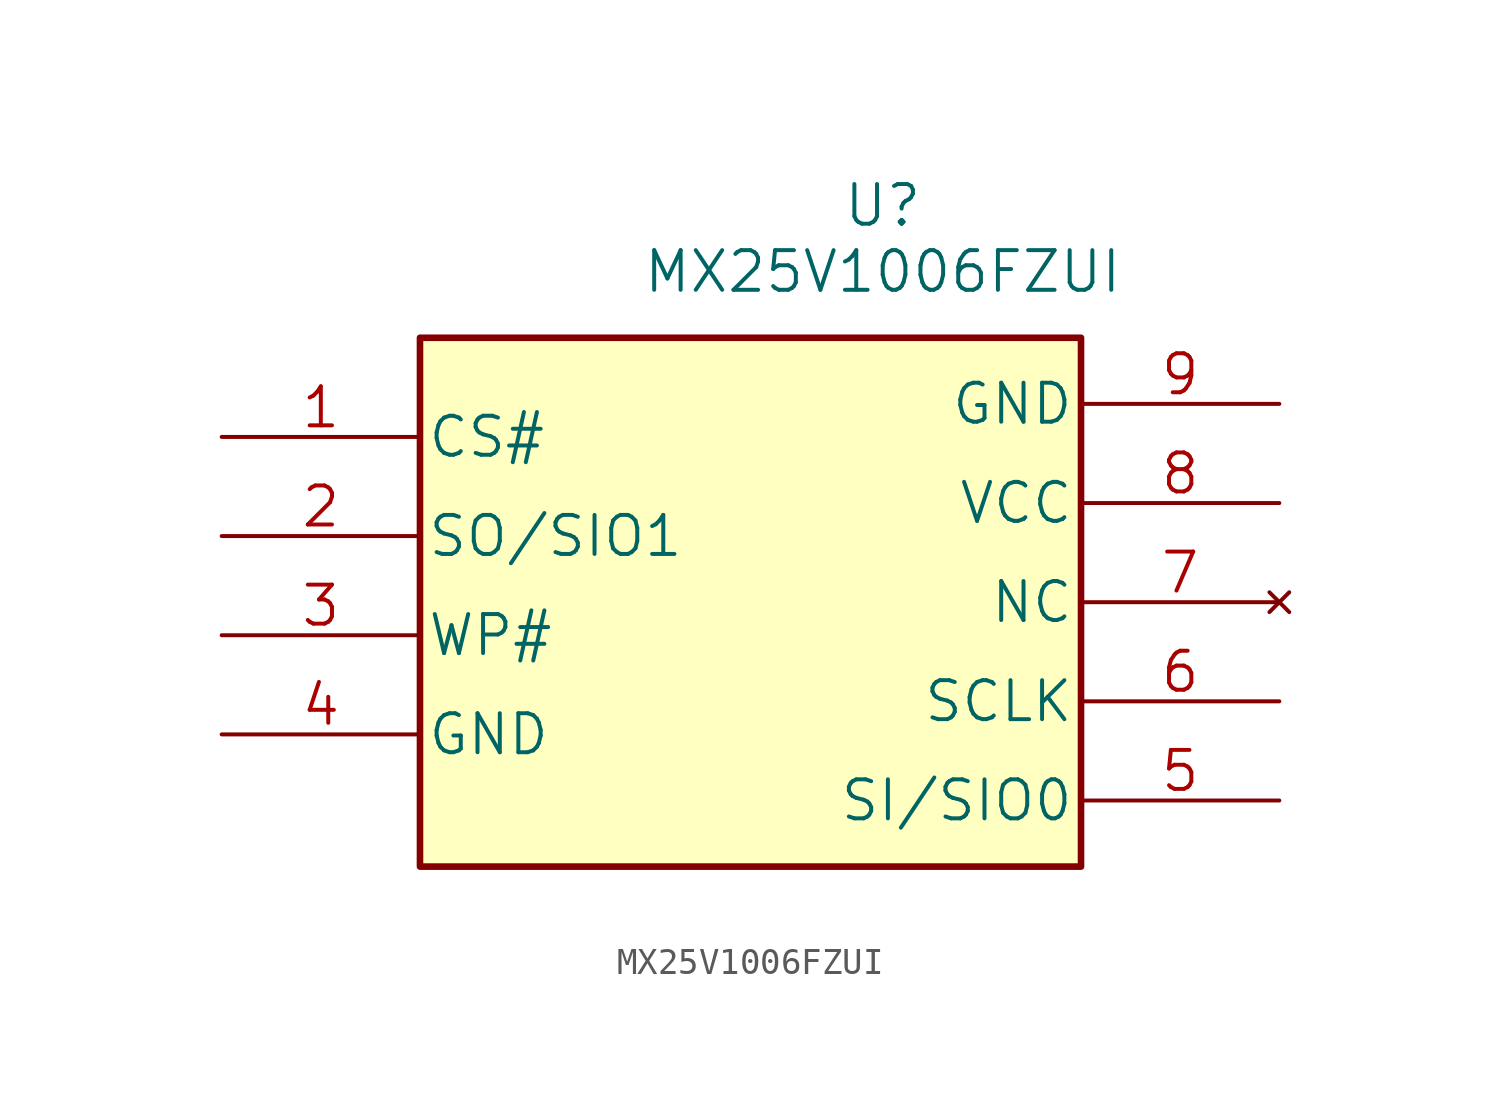
<source format=kicad_sym>
(kicad_symbol_lib
  (version 20220914)
  (generator kicad_symbol_editor)
  (symbol "MX25V1006FZUI"
    (pin_names
      (offset 0.254))
    (property "Reference" "U"
      (at 25.4 10.16 0)
      (effects (font (size 1.524 1.524))))
    (property "Value" "MX25V1006FZUI"
      (at 25.4 7.62 0)
      (effects (font (size 1.524 1.524))))
    (property "Datasheet" ""
      (at 0 0 0)
      (effects (font (size 1.524 1.524))))
    (symbol "MX25V1006FZUI_0_0"
      (rectangle (start 7.62 5.08) (end 33.02 -15.24) (stroke (width 0.254) (type default)) (fill (type background))))
    (symbol "MX25V1006FZUI_1_1"
      (pin input line (at 0 1.27 0) (length 7.62) (name "CS#" (effects (font (size 1.499 1.499)))) (number "1" (effects (font (size 1.499 1.499)))))
      (pin bidirectional line (at 0 -2.54 0) (length 7.62) (name "SO/SIO1" (effects (font (size 1.499 1.499)))) (number "2" (effects (font (size 1.499 1.499)))))
      (pin unspecified line (at 0 -6.35 0) (length 7.62) (name "WP#" (effects (font (size 1.499 1.499)))) (number "3" (effects (font (size 1.499 1.499)))))
      (pin power_in line (at 0 -10.16 0) (length 7.62) (name "GND" (effects (font (size 1.499 1.499)))) (number "4" (effects (font (size 1.499 1.499)))))
      (pin bidirectional line (at 40.64 -12.7 180) (length 7.62) (name "SI/SIO0" (effects (font (size 1.499 1.499)))) (number "5" (effects (font (size 1.499 1.499)))))
      (pin input line (at 40.64 -8.89 180) (length 7.62) (name "SCLK" (effects (font (size 1.499 1.499)))) (number "6" (effects (font (size 1.499 1.499)))))
      (pin no_connect line (at 40.64 -5.08 180) (length 7.62) (name "NC" (effects (font (size 1.499 1.499)))) (number "7" (effects (font (size 1.499 1.499)))))
      (pin power_in line (at 40.64 -1.27 180) (length 7.62) (name "VCC" (effects (font (size 1.499 1.499)))) (number "8" (effects (font (size 1.499 1.499)))))
      (pin power_in line (at 40.64 2.54 180) (length 7.62) (name "GND" (effects (font (size 1.499 1.499)))) (number "9" (effects (font (size 1.499 1.499))))))))
</source>
